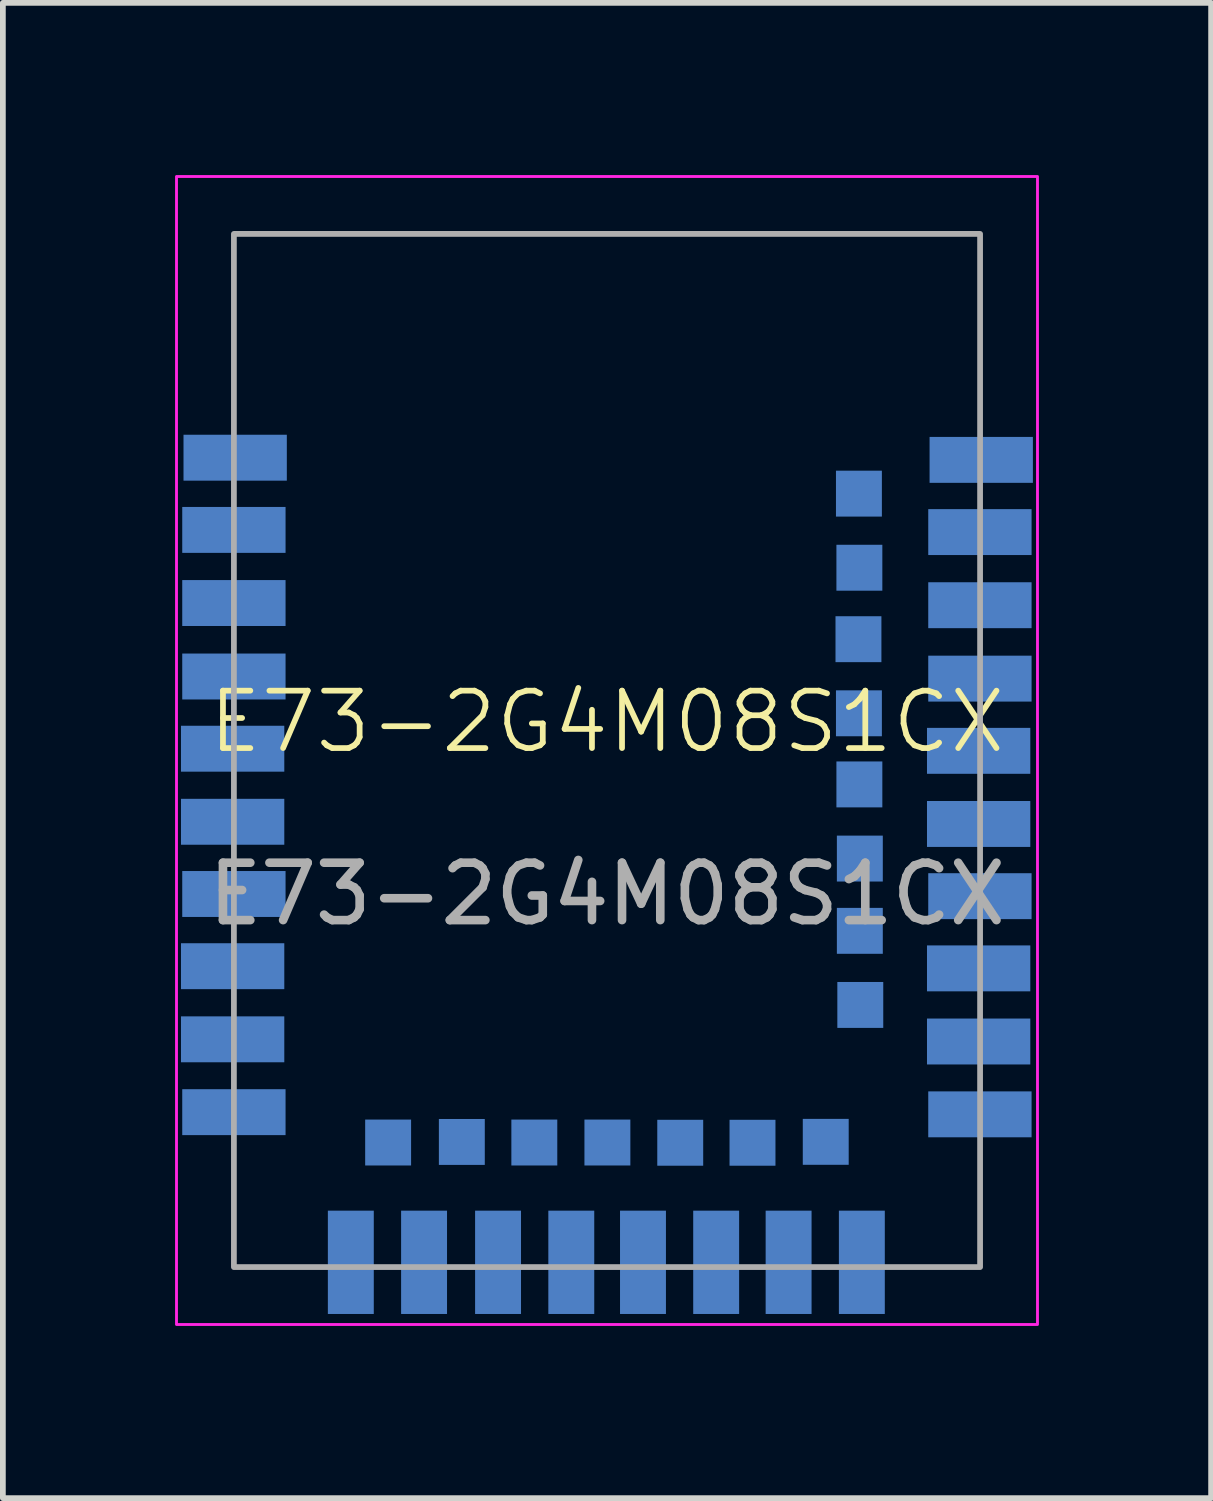
<source format=kicad_pcb>
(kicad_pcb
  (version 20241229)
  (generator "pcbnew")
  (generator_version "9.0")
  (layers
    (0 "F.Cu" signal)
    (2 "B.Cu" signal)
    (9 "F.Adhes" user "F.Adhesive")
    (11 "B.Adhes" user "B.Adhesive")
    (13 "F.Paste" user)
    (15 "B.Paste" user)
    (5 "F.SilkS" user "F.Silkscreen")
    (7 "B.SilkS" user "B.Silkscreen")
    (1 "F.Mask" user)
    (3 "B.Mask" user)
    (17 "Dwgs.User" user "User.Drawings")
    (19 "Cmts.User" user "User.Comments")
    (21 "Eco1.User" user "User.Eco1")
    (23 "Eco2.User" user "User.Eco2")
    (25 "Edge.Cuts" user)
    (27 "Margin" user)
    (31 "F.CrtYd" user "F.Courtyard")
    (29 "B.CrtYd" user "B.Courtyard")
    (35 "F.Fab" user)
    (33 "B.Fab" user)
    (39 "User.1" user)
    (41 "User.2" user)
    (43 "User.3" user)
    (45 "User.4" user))
  (footprint "E73-2G4M08S1CX"
    (layer "F.Cu")
    (at 7.525 10.025)
    (property "Reference" "E73-2G4M08S1CX" (at 0 -0.5 0) (unlocked yes) (layer "F.SilkS") (effects (font (size 1 1) (thickness 0.1))))
    (attr through_hole)
    (fp_rect (start -7.5 -10) (end 7.5 10) (stroke (width 0.05) (type default)) (fill no) (layer "F.CrtYd"))
    (fp_rect (start -6.5 -9) (end 6.5 9) (stroke (width 0.1) (type default)) (fill no) (layer "F.Fab"))
    (fp_line (start -6.5 -5.5) (end -5.5 -5.5) (stroke (width 0.1) (type default)) (layer "User.2"))
    (fp_line (start -6.5 -4.7) (end -6.5 -5.5) (stroke (width 0.1) (type default)) (layer "User.2"))
    (fp_line (start -6.5 -4.7) (end -5.5 -4.7) (stroke (width 0.1) (type default)) (layer "User.2"))
    (fp_line (start -6.5 -4.23) (end -5.5 -4.23) (stroke (width 0.1) (type default)) (layer "User.2"))
    (fp_line (start -6.5 -3.43) (end -6.5 -4.23) (stroke (width 0.1) (type default)) (layer "User.2"))
    (fp_line (start -6.5 -3.43) (end -5.5 -3.43) (stroke (width 0.1) (type default)) (layer "User.2"))
    (fp_line (start -6.5 -2.96) (end -5.5 -2.96) (stroke (width 0.1) (type default)) (layer "User.2"))
    (fp_line (start -6.5 -2.16) (end -6.5 -2.96) (stroke (width 0.1) (type default)) (layer "User.2"))
    (fp_line (start -6.5 -2.16) (end -5.5 -2.16) (stroke (width 0.1) (type default)) (layer "User.2"))
    (fp_line (start -6.5 -1.69) (end -5.5 -1.69) (stroke (width 0.1) (type default)) (layer "User.2"))
    (fp_line (start -6.5 -0.89) (end -6.5 -1.69) (stroke (width 0.1) (type default)) (layer "User.2"))
    (fp_line (start -6.5 -0.89) (end -5.5 -0.89) (stroke (width 0.1) (type default)) (layer "User.2"))
    (fp_line (start -6.5 -0.42) (end -5.5 -0.42) (stroke (width 0.1) (type default)) (layer "User.2"))
    (fp_line (start -6.5 0.38) (end -6.5 -0.42) (stroke (width 0.1) (type default)) (layer "User.2"))
    (fp_line (start -6.5 0.38) (end -5.5 0.38) (stroke (width 0.1) (type default)) (layer "User.2"))
    (fp_line (start -6.5 0.85) (end -5.5 0.85) (stroke (width 0.1) (type default)) (layer "User.2"))
    (fp_line (start -6.5 1.65) (end -6.5 0.85) (stroke (width 0.1) (type default)) (layer "User.2"))
    (fp_line (start -6.5 1.65) (end -5.5 1.65) (stroke (width 0.1) (type default)) (layer "User.2"))
    (fp_line (start -6.5 2.12) (end -5.5 2.12) (stroke (width 0.1) (type default)) (layer "User.2"))
    (fp_line (start -6.5 2.92) (end -6.5 1.65) (stroke (width 0.1) (type default)) (layer "User.2"))
    (fp_line (start -6.5 2.92) (end -5.5 2.92) (stroke (width 0.1) (type default)) (layer "User.2"))
    (fp_line (start -6.5 3.39) (end -5.5 3.39) (stroke (width 0.1) (type default)) (layer "User.2"))
    (fp_line (start -6.5 4.19) (end -6.5 3.39) (stroke (width 0.1) (type default)) (layer "User.2"))
    (fp_line (start -6.5 4.19) (end -5.5 4.19) (stroke (width 0.1) (type default)) (layer "User.2"))
    (fp_line (start -6.5 4.66) (end -5.5 4.66) (stroke (width 0.1) (type default)) (layer "User.2"))
    (fp_line (start -6.5 5.46) (end -6.5 4.66) (stroke (width 0.1) (type default)) (layer "User.2"))
    (fp_line (start -6.5 5.46) (end -5.5 5.46) (stroke (width 0.1) (type default)) (layer "User.2"))
    (fp_line (start -6.5 5.93) (end -5.5 5.93) (stroke (width 0.1) (type default)) (layer "User.2"))
    (fp_line (start -6.5 6.73) (end -6.5 5.93) (stroke (width 0.1) (type default)) (layer "User.2"))
    (fp_line (start -6.5 6.73) (end -5.5 6.73) (stroke (width 0.1) (type default)) (layer "User.2"))
    (fp_line (start -5.5 -4.7) (end -5.5 -5.5) (stroke (width 0.1) (type default)) (layer "User.2"))
    (fp_line (start -5.5 -3.43) (end -5.5 -4.7) (stroke (width 0.1) (type default)) (layer "User.2"))
    (fp_line (start -5.5 -2.16) (end -5.5 -2.96) (stroke (width 0.1) (type default)) (layer "User.2"))
    (fp_line (start -5.5 -0.89) (end -5.5 -2.16) (stroke (width 0.1) (type default)) (layer "User.2"))
    (fp_line (start -5.5 0.38) (end -5.5 -0.42) (stroke (width 0.1) (type default)) (layer "User.2"))
    (fp_line (start -5.5 1.65) (end -5.5 0.85) (stroke (width 0.1) (type default)) (layer "User.2"))
    (fp_line (start -5.5 2.92) (end -5.5 2.12) (stroke (width 0.1) (type default)) (layer "User.2"))
    (fp_line (start -5.5 4.19) (end -5.5 3.39) (stroke (width 0.1) (type default)) (layer "User.2"))
    (fp_line (start -5.5 5.46) (end -5.5 4.19) (stroke (width 0.1) (type default)) (layer "User.2"))
    (fp_line (start -5.5 6.73) (end -5.5 5.93) (stroke (width 0.1) (type default)) (layer "User.2"))
    (fp_line (start -4.85 7.93) (end -4.05 7.93) (stroke (width 0.1) (type default)) (layer "User.2"))
    (fp_line (start -4.85 8.93) (end -4.85 7.93) (stroke (width 0.1) (type default)) (layer "User.2"))
    (fp_line (start -4.85 8.93) (end -4.05 8.93) (stroke (width 0.1) (type default)) (layer "User.2"))
    (fp_line (start -4.21 6.43) (end -4.21 7.23) (stroke (width 0.1) (type default)) (layer "User.2"))
    (fp_line (start -4.05 8.93) (end -4.05 7.93) (stroke (width 0.1) (type default)) (layer "User.2"))
    (fp_line (start -3.58 7.93) (end -2.78 7.93) (stroke (width 0.1) (type default)) (layer "User.2"))
    (fp_line (start -3.58 8.93) (end -4.05 8.93) (stroke (width 0.1) (type default)) (layer "User.2"))
    (fp_line (start -3.58 8.93) (end -3.58 7.93) (stroke (width 0.1) (type default)) (layer "User.2"))
    (fp_line (start -3.58 8.93) (end -2.31 8.93) (stroke (width 0.1) (type default)) (layer "User.2"))
    (fp_line (start -3.41 6.43) (end -4.21 6.43) (stroke (width 0.1) (type default)) (layer "User.2"))
    (fp_line (start -3.41 6.43) (end -3.41 7.23) (stroke (width 0.1) (type default)) (layer "User.2"))
    (fp_line (start -3.41 7.23) (end -4.21 7.23) (stroke (width 0.1) (type default)) (layer "User.2"))
    (fp_line (start -2.94 6.43) (end -2.94 7.23) (stroke (width 0.1) (type default)) (layer "User.2"))
    (fp_line (start -2.78 8.93) (end -2.78 7.93) (stroke (width 0.1) (type default)) (layer "User.2"))
    (fp_line (start -2.31 7.93) (end -1.51 7.93) (stroke (width 0.1) (type default)) (layer "User.2"))
    (fp_line (start -2.31 8.93) (end -2.31 7.93) (stroke (width 0.1) (type default)) (layer "User.2"))
    (fp_line (start -2.31 8.93) (end -1.51 8.93) (stroke (width 0.1) (type default)) (layer "User.2"))
    (fp_line (start -2.14 6.43) (end -2.94 6.43) (stroke (width 0.1) (type default)) (layer "User.2"))
    (fp_line (start -2.14 6.43) (end -2.14 7.23) (stroke (width 0.1) (type default)) (layer "User.2"))
    (fp_line (start -2.14 7.23) (end -2.94 7.23) (stroke (width 0.1) (type default)) (layer "User.2"))
    (fp_line (start -1.67 6.43) (end -1.67 7.23) (stroke (width 0.1) (type default)) (layer "User.2"))
    (fp_line (start -1.51 8.93) (end -1.51 7.93) (stroke (width 0.1) (type default)) (layer "User.2"))
    (fp_line (start -1.04 7.93) (end -0.24 7.93) (stroke (width 0.1) (type default)) (layer "User.2"))
    (fp_line (start -1.04 8.93) (end -1.04 7.93) (stroke (width 0.1) (type default)) (layer "User.2"))
    (fp_line (start -1.04 8.93) (end -0.24 8.93) (stroke (width 0.1) (type default)) (layer "User.2"))
    (fp_line (start -0.87 6.43) (end -1.67 6.43) (stroke (width 0.1) (type default)) (layer "User.2"))
    (fp_line (start -0.87 6.43) (end -0.87 7.23) (stroke (width 0.1) (type default)) (layer "User.2"))
    (fp_line (start -0.87 7.23) (end -1.67 7.23) (stroke (width 0.1) (type default)) (layer "User.2"))
    (fp_line (start -0.4 6.43) (end -0.4 7.23) (stroke (width 0.1) (type default)) (layer "User.2"))
    (fp_line (start -0.24 8.93) (end -0.24 7.93) (stroke (width 0.1) (type default)) (layer "User.2"))
    (fp_line (start 0.23 7.93) (end 1.03 7.93) (stroke (width 0.1) (type default)) (layer "User.2"))
    (fp_line (start 0.23 8.93) (end 0.23 7.93) (stroke (width 0.1) (type default)) (layer "User.2"))
    (fp_line (start 0.23 8.93) (end 1.03 8.93) (stroke (width 0.1) (type default)) (layer "User.2"))
    (fp_line (start 0.4 6.43) (end 0.4 7.23) (stroke (width 0.1) (type default)) (layer "User.2"))
    (fp_line (start 0.4 7.23) (end -0.4 7.23) (stroke (width 0.1) (type default)) (layer "User.2"))
    (fp_line (start 0.87 6.43) (end -0.87 6.43) (stroke (width 0.1) (type default)) (layer "User.2"))
    (fp_line (start 0.87 6.43) (end 0.87 7.23) (stroke (width 0.1) (type default)) (layer "User.2"))
    (fp_line (start 1.03 8.93) (end 1.03 7.93) (stroke (width 0.1) (type default)) (layer "User.2"))
    (fp_line (start 1.03 8.93) (end 2.77 8.93) (stroke (width 0.1) (type default)) (layer "User.2"))
    (fp_line (start 1.5 7.93) (end 2.3 7.93) (stroke (width 0.1) (type default)) (layer "User.2"))
    (fp_line (start 1.5 8.93) (end 1.5 7.93) (stroke (width 0.1) (type default)) (layer "User.2"))
    (fp_line (start 1.67 6.43) (end 0.87 6.43) (stroke (width 0.1) (type default)) (layer "User.2"))
    (fp_line (start 1.67 6.43) (end 1.67 7.23) (stroke (width 0.1) (type default)) (layer "User.2"))
    (fp_line (start 1.67 7.23) (end 0.87 7.23) (stroke (width 0.1) (type default)) (layer "User.2"))
    (fp_line (start 2.14 6.43) (end 2.14 7.23) (stroke (width 0.1) (type default)) (layer "User.2"))
    (fp_line (start 2.3 8.93) (end 2.3 7.93) (stroke (width 0.1) (type default)) (layer "User.2"))
    (fp_line (start 2.77 7.93) (end 3.57 7.93) (stroke (width 0.1) (type default)) (layer "User.2"))
    (fp_line (start 2.77 8.93) (end 2.77 7.93) (stroke (width 0.1) (type default)) (layer "User.2"))
    (fp_line (start 2.77 8.93) (end 3.57 8.93) (stroke (width 0.1) (type default)) (layer "User.2"))
    (fp_line (start 2.94 6.43) (end 2.14 6.43) (stroke (width 0.1) (type default)) (layer "User.2"))
    (fp_line (start 2.94 6.43) (end 2.94 7.23) (stroke (width 0.1) (type default)) (layer "User.2"))
    (fp_line (start 2.94 7.23) (end 2.14 7.23) (stroke (width 0.1) (type default)) (layer "User.2"))
    (fp_line (start 3.41 6.43) (end 3.41 7.23) (stroke (width 0.1) (type default)) (layer "User.2"))
    (fp_line (start 3.57 8.93) (end 3.57 7.93) (stroke (width 0.1) (type default)) (layer "User.2"))
    (fp_line (start 4 -4.865) (end 4 -4.065) (stroke (width 0.1) (type default)) (layer "User.2"))
    (fp_line (start 4 -3.595) (end 4 -2.795) (stroke (width 0.1) (type default)) (layer "User.2"))
    (fp_line (start 4 -2.325) (end 4 -1.525) (stroke (width 0.1) (type default)) (layer "User.2"))
    (fp_line (start 4 -1.055) (end 4 -0.255) (stroke (width 0.1) (type default)) (layer "User.2"))
    (fp_line (start 4 0.215) (end 4 1.015) (stroke (width 0.1) (type default)) (layer "User.2"))
    (fp_line (start 4 1.485) (end 4 2.285) (stroke (width 0.1) (type default)) (layer "User.2"))
    (fp_line (start 4 2.755) (end 4 3.555) (stroke (width 0.1) (type default)) (layer "User.2"))
    (fp_line (start 4 3.555) (end 4 4.825) (stroke (width 0.1) (type default)) (layer "User.2"))
    (fp_line (start 4.04 7.93) (end 4.84 7.93) (stroke (width 0.1) (type default)) (layer "User.2"))
    (fp_line (start 4.04 8.93) (end 4.04 7.93) (stroke (width 0.1) (type default)) (layer "User.2"))
    (fp_line (start 4.04 8.93) (end 4.84 8.93) (stroke (width 0.1) (type default)) (layer "User.2"))
    (fp_line (start 4.21 6.43) (end 3.41 6.43) (stroke (width 0.1) (type default)) (layer "User.2"))
    (fp_line (start 4.21 6.43) (end 4.21 7.23) (stroke (width 0.1) (type default)) (layer "User.2"))
    (fp_line (start 4.21 7.23) (end 3.41 7.23) (stroke (width 0.1) (type default)) (layer "User.2"))
    (fp_line (start 4.8 -4.865) (end 4 -4.865) (stroke (width 0.1) (type default)) (layer "User.2"))
    (fp_line (start 4.8 -4.865) (end 4.8 -4.065) (stroke (width 0.1) (type default)) (layer "User.2"))
    (fp_line (start 4.8 -4.065) (end 4 -4.065) (stroke (width 0.1) (type default)) (layer "User.2"))
    (fp_line (start 4.8 -3.595) (end 4 -3.595) (stroke (width 0.1) (type default)) (layer "User.2"))
    (fp_line (start 4.8 -3.595) (end 4.8 -2.795) (stroke (width 0.1) (type default)) (layer "User.2"))
    (fp_line (start 4.8 -2.795) (end 4 -2.795) (stroke (width 0.1) (type default)) (layer "User.2"))
    (fp_line (start 4.8 -2.325) (end 4 -2.325) (stroke (width 0.1) (type default)) (layer "User.2"))
    (fp_line (start 4.8 -2.325) (end 4.8 -2.795) (stroke (width 0.1) (type default)) (layer "User.2"))
    (fp_line (start 4.8 -2.325) (end 4.8 -1.055) (stroke (width 0.1) (type default)) (layer "User.2"))
    (fp_line (start 4.8 -1.525) (end 4 -1.525) (stroke (width 0.1) (type default)) (layer "User.2"))
    (fp_line (start 4.8 -1.055) (end 4 -1.055) (stroke (width 0.1) (type default)) (layer "User.2"))
    (fp_line (start 4.8 -1.055) (end 4.8 -0.255) (stroke (width 0.1) (type default)) (layer "User.2"))
    (fp_line (start 4.8 -0.255) (end 4 -0.255) (stroke (width 0.1) (type default)) (layer "User.2"))
    (fp_line (start 4.8 0.215) (end 4 0.215) (stroke (width 0.1) (type default)) (layer "User.2"))
    (fp_line (start 4.8 0.215) (end 4.8 1.015) (stroke (width 0.1) (type default)) (layer "User.2"))
    (fp_line (start 4.8 1.015) (end 4 1.015) (stroke (width 0.1) (type default)) (layer "User.2"))
    (fp_line (start 4.8 1.485) (end 4 1.485) (stroke (width 0.1) (type default)) (layer "User.2"))
    (fp_line (start 4.8 1.485) (end 4.8 2.285) (stroke (width 0.1) (type default)) (layer "User.2"))
    (fp_line (start 4.8 2.285) (end 4 2.285) (stroke (width 0.1) (type default)) (layer "User.2"))
    (fp_line (start 4.8 2.755) (end 4 2.755) (stroke (width 0.1) (type default)) (layer "User.2"))
    (fp_line (start 4.8 2.755) (end 4.8 3.555) (stroke (width 0.1) (type default)) (layer "User.2"))
    (fp_line (start 4.8 3.555) (end 4 3.555) (stroke (width 0.1) (type default)) (layer "User.2"))
    (fp_line (start 4.8 4.025) (end 4 4.025) (stroke (width 0.1) (type default)) (layer "User.2"))
    (fp_line (start 4.8 4.025) (end 4.8 4.825) (stroke (width 0.1) (type default)) (layer "User.2"))
    (fp_line (start 4.8 4.825) (end 4 4.825) (stroke (width 0.1) (type default)) (layer "User.2"))
    (fp_line (start 4.84 8.93) (end 4.84 7.93) (stroke (width 0.1) (type default)) (layer "User.2"))
    (fp_line (start 5.5 -4.7) (end 5.5 -5.5) (stroke (width 0.1) (type default)) (layer "User.2"))
    (fp_line (start 5.5 -3.43) (end 5.5 -4.23) (stroke (width 0.1) (type default)) (layer "User.2"))
    (fp_line (start 5.5 -2.16) (end 5.5 -2.96) (stroke (width 0.1) (type default)) (layer "User.2"))
    (fp_line (start 5.5 -0.89) (end 5.5 -1.69) (stroke (width 0.1) (type default)) (layer "User.2"))
    (fp_line (start 5.5 0.38) (end 5.5 -0.42) (stroke (width 0.1) (type default)) (layer "User.2"))
    (fp_line (start 5.5 1.65) (end 5.5 0.85) (stroke (width 0.1) (type default)) (layer "User.2"))
    (fp_line (start 5.5 2.92) (end 5.5 2.12) (stroke (width 0.1) (type default)) (layer "User.2"))
    (fp_line (start 5.5 4.19) (end 5.5 3.39) (stroke (width 0.1) (type default)) (layer "User.2"))
    (fp_line (start 5.5 5.46) (end 5.5 4.66) (stroke (width 0.1) (type default)) (layer "User.2"))
    (fp_line (start 5.5 6.73) (end 5.5 5.93) (stroke (width 0.1) (type default)) (layer "User.2"))
    (fp_line (start 6.5 -5.5) (end 5.5 -5.5) (stroke (width 0.1) (type default)) (layer "User.2"))
    (fp_line (start 6.5 -4.7) (end 5.5 -4.7) (stroke (width 0.1) (type default)) (layer "User.2"))
    (fp_line (start 6.5 -4.7) (end 6.5 -5.5) (stroke (width 0.1) (type default)) (layer "User.2"))
    (fp_line (start 6.5 -4.7) (end 6.5 -4.23) (stroke (width 0.1) (type default)) (layer "User.2"))
    (fp_line (start 6.5 -4.23) (end 5.5 -4.23) (stroke (width 0.1) (type default)) (layer "User.2"))
    (fp_line (start 6.5 -3.43) (end 5.5 -3.43) (stroke (width 0.1) (type default)) (layer "User.2"))
    (fp_line (start 6.5 -3.43) (end 6.5 -4.23) (stroke (width 0.1) (type default)) (layer "User.2"))
    (fp_line (start 6.5 -2.96) (end 5.5 -2.96) (stroke (width 0.1) (type default)) (layer "User.2"))
    (fp_line (start 6.5 -2.16) (end 5.5 -2.16) (stroke (width 0.1) (type default)) (layer "User.2"))
    (fp_line (start 6.5 -2.16) (end 6.5 -2.96) (stroke (width 0.1) (type default)) (layer "User.2"))
    (fp_line (start 6.5 -1.69) (end 5.5 -1.69) (stroke (width 0.1) (type default)) (layer "User.2"))
    (fp_line (start 6.5 -1.69) (end 6.5 -2.16) (stroke (width 0.1) (type default)) (layer "User.2"))
    (fp_line (start 6.5 -0.89) (end 5.5 -0.89) (stroke (width 0.1) (type default)) (layer "User.2"))
    (fp_line (start 6.5 -0.89) (end 6.5 -1.69) (stroke (width 0.1) (type default)) (layer "User.2"))
    (fp_line (start 6.5 -0.89) (end 6.5 -0.42) (stroke (width 0.1) (type default)) (layer "User.2"))
    (fp_line (start 6.5 -0.42) (end 5.5 -0.42) (stroke (width 0.1) (type default)) (layer "User.2"))
    (fp_line (start 6.5 0.38) (end 5.5 0.38) (stroke (width 0.1) (type default)) (layer "User.2"))
    (fp_line (start 6.5 0.38) (end 6.5 -0.42) (stroke (width 0.1) (type default)) (layer "User.2"))
    (fp_line (start 6.5 0.85) (end 5.5 0.85) (stroke (width 0.1) (type default)) (layer "User.2"))
    (fp_line (start 6.5 1.65) (end 5.5 1.65) (stroke (width 0.1) (type default)) (layer "User.2"))
    (fp_line (start 6.5 1.65) (end 6.5 0.85) (stroke (width 0.1) (type default)) (layer "User.2"))
    (fp_line (start 6.5 1.65) (end 6.5 2.12) (stroke (width 0.1) (type default)) (layer "User.2"))
    (fp_line (start 6.5 2.12) (end 5.5 2.12) (stroke (width 0.1) (type default)) (layer "User.2"))
    (fp_line (start 6.5 2.92) (end 5.5 2.92) (stroke (width 0.1) (type default)) (layer "User.2"))
    (fp_line (start 6.5 2.92) (end 6.5 2.12) (stroke (width 0.1) (type default)) (layer "User.2"))
    (fp_line (start 6.5 3.39) (end 5.5 3.39) (stroke (width 0.1) (type default)) (layer "User.2"))
    (fp_line (start 6.5 4.19) (end 5.5 4.19) (stroke (width 0.1) (type default)) (layer "User.2"))
    (fp_line (start 6.5 4.19) (end 6.5 3.39) (stroke (width 0.1) (type default)) (layer "User.2"))
    (fp_line (start 6.5 4.66) (end 5.5 4.66) (stroke (width 0.1) (type default)) (layer "User.2"))
    (fp_line (start 6.5 4.66) (end 6.5 4.19) (stroke (width 0.1) (type default)) (layer "User.2"))
    (fp_line (start 6.5 5.46) (end 5.5 5.46) (stroke (width 0.1) (type default)) (layer "User.2"))
    (fp_line (start 6.5 5.46) (end 6.5 4.66) (stroke (width 0.1) (type default)) (layer "User.2"))
    (fp_line (start 6.5 5.46) (end 6.5 5.93) (stroke (width 0.1) (type default)) (layer "User.2"))
    (fp_line (start 6.5 5.93) (end 5.5 5.93) (stroke (width 0.1) (type default)) (layer "User.2"))
    (fp_line (start 6.5 6.73) (end 5.5 6.73) (stroke (width 0.1) (type default)) (layer "User.2"))
    (fp_line (start 6.5 6.73) (end 6.5 5.93) (stroke (width 0.1) (type default)) (layer "User.2"))
    (fp_text user "${REFERENCE}" (at 0 2.5 0) (unlocked yes) (layer "F.Fab") (effects (font (size 1 1) (thickness 0.15))))
    (pad "1" smd rect (at -6.478 -5.101) (size 1.8 0.8) (layers "*.Mask" "B.Cu"))
    (pad "2" smd rect (at -6.5 -3.843) (size 1.8 0.8) (layers "*.Mask" "B.Cu"))
    (pad "3" smd rect (at -6.5 -2.569) (size 1.8 0.8) (layers "*.Mask" "B.Cu"))
    (pad "4" smd rect (at -6.5 -1.289) (size 1.8 0.8) (layers "*.Mask" "B.Cu"))
    (pad "5" smd rect (at -6.522 -0.031) (size 1.8 0.8) (layers "*.Mask" "B.Cu"))
    (pad "6" smd rect (at -6.522 1.242) (size 1.8 0.8) (layers "*.Mask" "B.Cu"))
    (pad "7" smd rect (at -6.5 2.5) (size 1.8 0.8) (layers "*.Mask" "B.Cu"))
    (pad "8" smd rect (at -6.522 3.758) (size 1.8 0.8) (layers "*.Mask" "B.Cu"))
    (pad "9" smd rect (at -6.522 5.032) (size 1.8 0.8) (layers "*.Mask" "B.Cu"))
    (pad "10" smd rect (at -6.5 6.301) (size 1.8 0.8) (layers "*.Mask" "B.Cu"))
    (pad "11" smd rect (at -4.463 8.917) (size 0.8 1.8) (layers "*.Mask" "B.Cu"))
    (pad "12" smd rect (at -3.813 6.83) (size 0.8 0.8) (layers "*.Mask" "B.Cu"))
    (pad "13" smd rect (at -3.187 8.917) (size 0.8 1.8) (layers "*.Mask" "B.Cu"))
    (pad "14" smd rect (at -2.529 6.82) (size 0.8 0.8) (layers "*.Mask" "B.Cu"))
    (pad "15" smd rect (at -1.898 8.917) (size 0.8 1.8) (layers "*.Mask" "B.Cu"))
    (pad "16" smd rect (at -1.266 6.83) (size 0.8 0.8) (layers "*.Mask" "B.Cu"))
    (pad "17" smd rect (at -0.622 8.917) (size 0.8 1.8) (layers "*.Mask" "B.Cu"))
    (pad "18" smd rect (at 0.007 6.83) (size 0.8 0.8) (layers "*.Mask" "B.Cu"))
    (pad "19" smd rect (at 0.627 8.917) (size 0.8 1.8) (layers "*.Mask" "B.Cu"))
    (pad "20" smd rect (at 1.276 6.834) (size 0.8 0.8) (layers "*.Mask" "B.Cu"))
    (pad "21" smd rect (at 1.902 8.917) (size 0.8 1.8) (layers "*.Mask" "B.Cu"))
    (pad "22" smd rect (at 2.535 6.834) (size 0.8 0.8) (layers "*.Mask" "B.Cu"))
    (pad "23" smd rect (at 3.164 8.917) (size 0.8 1.8) (layers "*.Mask" "B.Cu"))
    (pad "24" smd rect (at 3.811 6.818) (size 0.8 0.8) (layers "*.Mask" "B.Cu"))
    (pad "25" smd rect (at 4.44 8.917) (size 0.8 1.8) (layers "*.Mask" "B.Cu"))
    (pad "26" smd rect (at 6.497 6.339) (size 1.8 0.8) (layers "*.Mask" "B.Cu"))
    (pad "27" smd rect (at 6.475 5.07) (size 1.8 0.8) (layers "*.Mask" "B.Cu"))
    (pad "28" smd rect (at 4.413 4.433) (size 0.8 0.8) (layers "*.Mask" "B.Cu"))
    (pad "29" smd rect (at 6.475 3.796) (size 1.8 0.8) (layers "*.Mask" "B.Cu"))
    (pad "30" smd rect (at 4.405 3.142) (size 0.8 0.8) (layers "*.Mask" "B.Cu"))
    (pad "31" smd rect (at 6.497 2.538) (size 1.8 0.8) (layers "*.Mask" "B.Cu"))
    (pad "32" smd rect (at 4.405 1.883) (size 0.8 0.8) (layers "*.Mask" "B.Cu"))
    (pad "33" smd rect (at 6.475 1.28) (size 1.8 0.8) (layers "*.Mask" "B.Cu"))
    (pad "34" smd rect (at 4.397 0.591) (size 0.8 0.8) (layers "*.Mask" "B.Cu"))
    (pad "35" smd rect (at 6.475 0.006) (size 1.8 0.8) (layers "*.Mask" "B.Cu"))
    (pad "36" smd rect (at 4.389 -0.648) (size 0.8 0.8) (layers "*.Mask" "B.Cu"))
    (pad "37" smd rect (at 6.497 -1.252) (size 1.8 0.8) (layers "*.Mask" "B.Cu"))
    (pad "38" smd rect (at 4.381 -1.939) (size 0.8 0.8) (layers "*.Mask" "B.Cu"))
    (pad "39" smd rect (at 6.497 -2.531) (size 1.8 0.8) (layers "*.Mask" "B.Cu"))
    (pad "40" smd rect (at 4.397 -3.184) (size 0.8 0.8) (layers "*.Mask" "B.Cu"))
    (pad "41" smd rect (at 6.497 -3.805) (size 1.8 0.8) (layers "*.Mask" "B.Cu"))
    (pad "42" smd rect (at 4.389 -4.475) (size 0.8 0.8) (layers "*.Mask" "B.Cu"))
    (pad "43" smd rect (at 6.52 -5.063) (size 1.8 0.8) (layers "*.Mask" "B.Cu")))
  (gr_rect
    (start -3 -3)
    (end 18.05 23.05)
    (stroke (width 0.1) (type default))
    (fill no)
    (layer "Edge.Cuts")))
</source>
